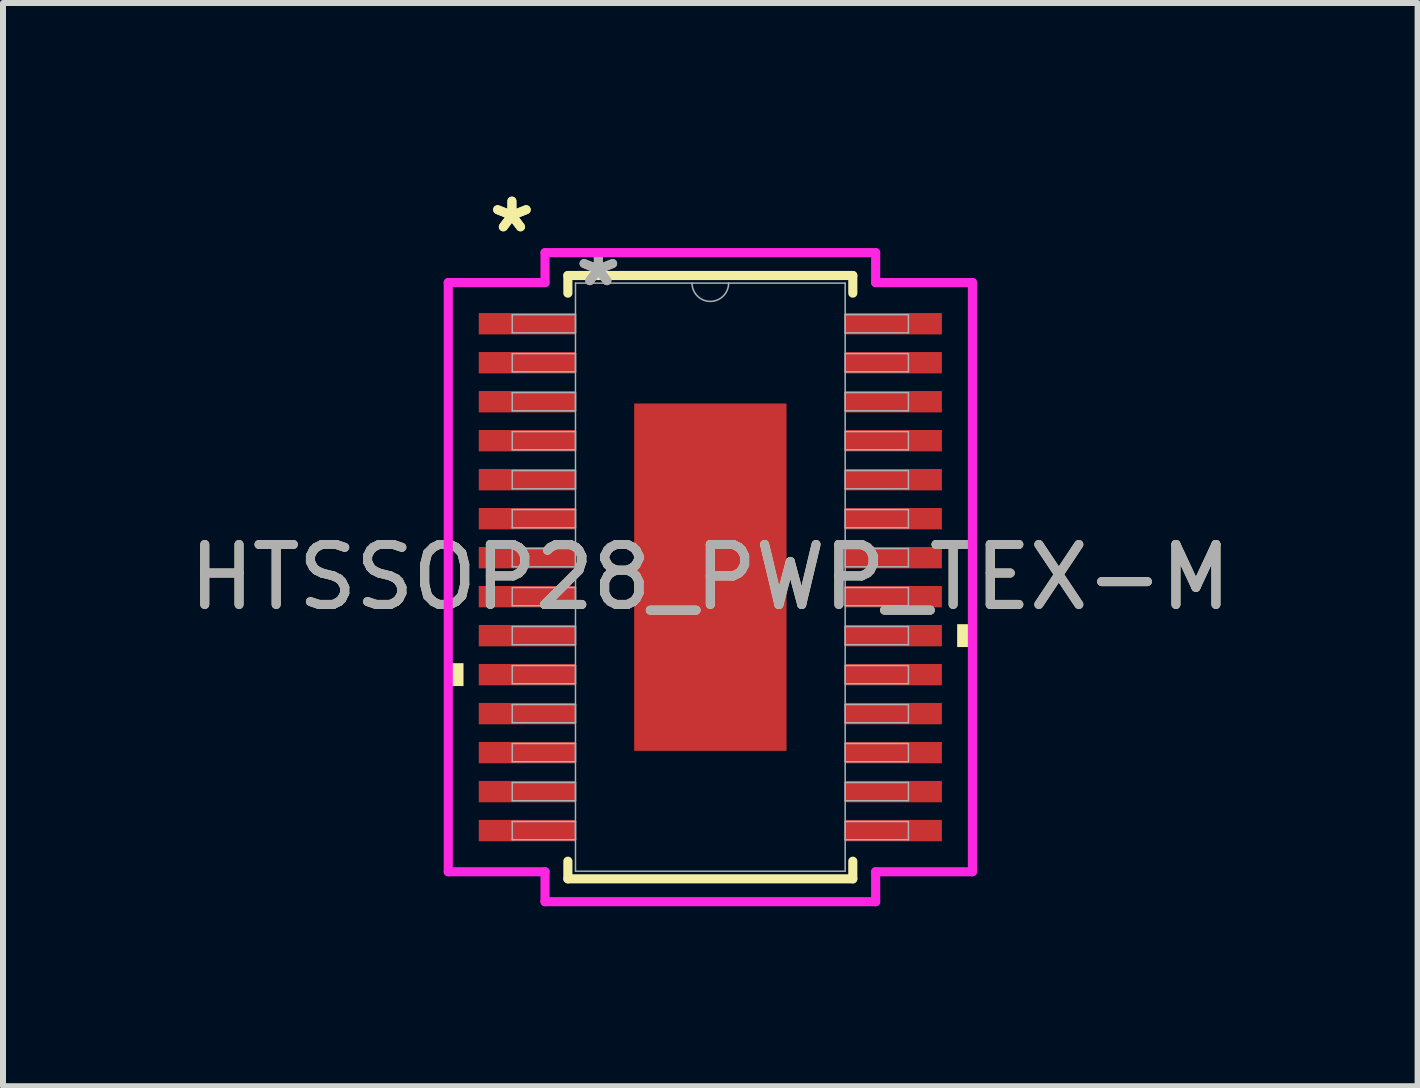
<source format=kicad_pcb>
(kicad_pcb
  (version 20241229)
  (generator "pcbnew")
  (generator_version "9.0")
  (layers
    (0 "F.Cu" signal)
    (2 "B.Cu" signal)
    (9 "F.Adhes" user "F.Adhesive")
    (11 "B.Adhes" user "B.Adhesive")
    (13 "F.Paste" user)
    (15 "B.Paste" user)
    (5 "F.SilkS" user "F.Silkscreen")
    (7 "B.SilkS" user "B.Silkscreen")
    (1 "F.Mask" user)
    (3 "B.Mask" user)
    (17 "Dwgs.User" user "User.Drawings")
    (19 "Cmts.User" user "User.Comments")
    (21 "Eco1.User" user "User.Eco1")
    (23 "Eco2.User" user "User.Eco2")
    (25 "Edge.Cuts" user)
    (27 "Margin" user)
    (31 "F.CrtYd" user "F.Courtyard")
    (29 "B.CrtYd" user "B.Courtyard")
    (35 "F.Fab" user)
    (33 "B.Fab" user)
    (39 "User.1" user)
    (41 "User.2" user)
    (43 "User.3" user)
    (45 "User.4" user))
  (footprint "HTSSOP28_PWP_TEX-M"
    (layer "F.Cu")
    (at 8.792 6.572)
    (property "Reference" "HTSSOP28_PWP_TEX-M" (at 0 0 0) (unlocked yes) (layer "F.SilkS") (effects (font (size 1 1) (thickness 0.15))))
    (attr smd)
    (fp_line (start -2.375 -5.029) (end -2.375 -4.735) (stroke (width 0.152) (type solid)) (layer "F.SilkS"))
    (fp_line (start -2.375 4.735) (end -2.375 5.029) (stroke (width 0.152) (type solid)) (layer "F.SilkS"))
    (fp_line (start -2.375 5.029) (end 2.375 5.029) (stroke (width 0.152) (type solid)) (layer "F.SilkS"))
    (fp_line (start 2.375 -5.029) (end -2.375 -5.029) (stroke (width 0.152) (type solid)) (layer "F.SilkS"))
    (fp_line (start 2.375 -4.735) (end 2.375 -5.029) (stroke (width 0.152) (type solid)) (layer "F.SilkS"))
    (fp_line (start 2.375 5.029) (end 2.375 4.735) (stroke (width 0.152) (type solid)) (layer "F.SilkS"))
    (fp_poly (pts (xy -4.369 1.434) (xy -4.369 1.815) (xy -4.115 1.815) (xy -4.115 1.434)) (stroke (width 0) (type solid)) (fill yes) (layer "F.SilkS"))
    (fp_poly (pts (xy 4.369 0.784) (xy 4.369 1.165) (xy 4.115 1.165) (xy 4.115 0.784)) (stroke (width 0) (type solid)) (fill yes) (layer "F.SilkS"))
    (fp_poly (pts (xy -1.17 -2.796) (xy -1.17 -1.548) (xy -0.1 -1.548) (xy -0.1 -2.796)) (stroke (width 0) (type solid)) (fill yes) (layer "F.Paste"))
    (fp_poly (pts (xy -1.17 -1.348) (xy -1.17 -0.1) (xy -0.1 -0.1) (xy -0.1 -1.348)) (stroke (width 0) (type solid)) (fill yes) (layer "F.Paste"))
    (fp_poly (pts (xy -1.17 0.1) (xy -1.17 1.348) (xy -0.1 1.348) (xy -0.1 0.1)) (stroke (width 0) (type solid)) (fill yes) (layer "F.Paste"))
    (fp_poly (pts (xy -1.17 1.548) (xy -1.17 2.796) (xy -0.1 2.796) (xy -0.1 1.548)) (stroke (width 0) (type solid)) (fill yes) (layer "F.Paste"))
    (fp_poly (pts (xy 0.1 -2.796) (xy 0.1 -1.548) (xy 1.17 -1.548) (xy 1.17 -2.796)) (stroke (width 0) (type solid)) (fill yes) (layer "F.Paste"))
    (fp_poly (pts (xy 0.1 -1.348) (xy 0.1 -0.1) (xy 1.17 -0.1) (xy 1.17 -1.348)) (stroke (width 0) (type solid)) (fill yes) (layer "F.Paste"))
    (fp_poly (pts (xy 0.1 0.1) (xy 0.1 1.348) (xy 1.17 1.348) (xy 1.17 0.1)) (stroke (width 0) (type solid)) (fill yes) (layer "F.Paste"))
    (fp_poly (pts (xy 0.1 1.548) (xy 0.1 2.796) (xy 1.17 2.796) (xy 1.17 1.548)) (stroke (width 0) (type solid)) (fill yes) (layer "F.Paste"))
    (fp_line (start -4.369 -4.911) (end -2.756 -4.911) (stroke (width 0.152) (type solid)) (layer "F.CrtYd"))
    (fp_line (start -4.369 4.911) (end -4.369 -4.911) (stroke (width 0.152) (type solid)) (layer "F.CrtYd"))
    (fp_line (start -4.369 4.911) (end -2.756 4.911) (stroke (width 0.152) (type solid)) (layer "F.CrtYd"))
    (fp_line (start -2.756 -5.41) (end 2.756 -5.41) (stroke (width 0.152) (type solid)) (layer "F.CrtYd"))
    (fp_line (start -2.756 -4.911) (end -2.756 -5.41) (stroke (width 0.152) (type solid)) (layer "F.CrtYd"))
    (fp_line (start -2.756 5.41) (end -2.756 4.911) (stroke (width 0.152) (type solid)) (layer "F.CrtYd"))
    (fp_line (start 2.756 -5.41) (end 2.756 -4.911) (stroke (width 0.152) (type solid)) (layer "F.CrtYd"))
    (fp_line (start 2.756 4.911) (end 2.756 5.41) (stroke (width 0.152) (type solid)) (layer "F.CrtYd"))
    (fp_line (start 2.756 5.41) (end -2.756 5.41) (stroke (width 0.152) (type solid)) (layer "F.CrtYd"))
    (fp_line (start 4.369 -4.911) (end 2.756 -4.911) (stroke (width 0.152) (type solid)) (layer "F.CrtYd"))
    (fp_line (start 4.369 -4.911) (end 4.369 4.911) (stroke (width 0.152) (type solid)) (layer "F.CrtYd"))
    (fp_line (start 4.369 4.911) (end 2.756 4.911) (stroke (width 0.152) (type solid)) (layer "F.CrtYd"))
    (fp_line (start -3.302 -4.377) (end -3.302 -4.073) (stroke (width 0.025) (type solid)) (layer "F.Fab"))
    (fp_line (start -3.302 -4.073) (end -2.248 -4.073) (stroke (width 0.025) (type solid)) (layer "F.Fab"))
    (fp_line (start -3.302 -3.727) (end -3.302 -3.423) (stroke (width 0.025) (type solid)) (layer "F.Fab"))
    (fp_line (start -3.302 -3.423) (end -2.248 -3.423) (stroke (width 0.025) (type solid)) (layer "F.Fab"))
    (fp_line (start -3.302 -3.077) (end -3.302 -2.773) (stroke (width 0.025) (type solid)) (layer "F.Fab"))
    (fp_line (start -3.302 -2.773) (end -2.248 -2.773) (stroke (width 0.025) (type solid)) (layer "F.Fab"))
    (fp_line (start -3.302 -2.427) (end -3.302 -2.123) (stroke (width 0.025) (type solid)) (layer "F.Fab"))
    (fp_line (start -3.302 -2.123) (end -2.248 -2.123) (stroke (width 0.025) (type solid)) (layer "F.Fab"))
    (fp_line (start -3.302 -1.777) (end -3.302 -1.473) (stroke (width 0.025) (type solid)) (layer "F.Fab"))
    (fp_line (start -3.302 -1.473) (end -2.248 -1.473) (stroke (width 0.025) (type solid)) (layer "F.Fab"))
    (fp_line (start -3.302 -1.127) (end -3.302 -0.823) (stroke (width 0.025) (type solid)) (layer "F.Fab"))
    (fp_line (start -3.302 -0.823) (end -2.248 -0.823) (stroke (width 0.025) (type solid)) (layer "F.Fab"))
    (fp_line (start -3.302 -0.477) (end -3.302 -0.173) (stroke (width 0.025) (type solid)) (layer "F.Fab"))
    (fp_line (start -3.302 -0.173) (end -2.248 -0.173) (stroke (width 0.025) (type solid)) (layer "F.Fab"))
    (fp_line (start -3.302 0.173) (end -3.302 0.477) (stroke (width 0.025) (type solid)) (layer "F.Fab"))
    (fp_line (start -3.302 0.477) (end -2.248 0.477) (stroke (width 0.025) (type solid)) (layer "F.Fab"))
    (fp_line (start -3.302 0.823) (end -3.302 1.127) (stroke (width 0.025) (type solid)) (layer "F.Fab"))
    (fp_line (start -3.302 1.127) (end -2.248 1.127) (stroke (width 0.025) (type solid)) (layer "F.Fab"))
    (fp_line (start -3.302 1.473) (end -3.302 1.777) (stroke (width 0.025) (type solid)) (layer "F.Fab"))
    (fp_line (start -3.302 1.777) (end -2.248 1.777) (stroke (width 0.025) (type solid)) (layer "F.Fab"))
    (fp_line (start -3.302 2.123) (end -3.302 2.427) (stroke (width 0.025) (type solid)) (layer "F.Fab"))
    (fp_line (start -3.302 2.427) (end -2.248 2.427) (stroke (width 0.025) (type solid)) (layer "F.Fab"))
    (fp_line (start -3.302 2.773) (end -3.302 3.077) (stroke (width 0.025) (type solid)) (layer "F.Fab"))
    (fp_line (start -3.302 3.077) (end -2.248 3.077) (stroke (width 0.025) (type solid)) (layer "F.Fab"))
    (fp_line (start -3.302 3.423) (end -3.302 3.727) (stroke (width 0.025) (type solid)) (layer "F.Fab"))
    (fp_line (start -3.302 3.727) (end -2.248 3.727) (stroke (width 0.025) (type solid)) (layer "F.Fab"))
    (fp_line (start -3.302 4.073) (end -3.302 4.377) (stroke (width 0.025) (type solid)) (layer "F.Fab"))
    (fp_line (start -3.302 4.377) (end -2.248 4.377) (stroke (width 0.025) (type solid)) (layer "F.Fab"))
    (fp_line (start -2.248 -4.902) (end -2.248 4.902) (stroke (width 0.025) (type solid)) (layer "F.Fab"))
    (fp_line (start -2.248 -4.377) (end -3.302 -4.377) (stroke (width 0.025) (type solid)) (layer "F.Fab"))
    (fp_line (start -2.248 -4.073) (end -2.248 -4.377) (stroke (width 0.025) (type solid)) (layer "F.Fab"))
    (fp_line (start -2.248 -3.727) (end -3.302 -3.727) (stroke (width 0.025) (type solid)) (layer "F.Fab"))
    (fp_line (start -2.248 -3.423) (end -2.248 -3.727) (stroke (width 0.025) (type solid)) (layer "F.Fab"))
    (fp_line (start -2.248 -3.077) (end -3.302 -3.077) (stroke (width 0.025) (type solid)) (layer "F.Fab"))
    (fp_line (start -2.248 -2.773) (end -2.248 -3.077) (stroke (width 0.025) (type solid)) (layer "F.Fab"))
    (fp_line (start -2.248 -2.427) (end -3.302 -2.427) (stroke (width 0.025) (type solid)) (layer "F.Fab"))
    (fp_line (start -2.248 -2.123) (end -2.248 -2.427) (stroke (width 0.025) (type solid)) (layer "F.Fab"))
    (fp_line (start -2.248 -1.777) (end -3.302 -1.777) (stroke (width 0.025) (type solid)) (layer "F.Fab"))
    (fp_line (start -2.248 -1.473) (end -2.248 -1.777) (stroke (width 0.025) (type solid)) (layer "F.Fab"))
    (fp_line (start -2.248 -1.127) (end -3.302 -1.127) (stroke (width 0.025) (type solid)) (layer "F.Fab"))
    (fp_line (start -2.248 -0.823) (end -2.248 -1.127) (stroke (width 0.025) (type solid)) (layer "F.Fab"))
    (fp_line (start -2.248 -0.477) (end -3.302 -0.477) (stroke (width 0.025) (type solid)) (layer "F.Fab"))
    (fp_line (start -2.248 -0.173) (end -2.248 -0.477) (stroke (width 0.025) (type solid)) (layer "F.Fab"))
    (fp_line (start -2.248 0.173) (end -3.302 0.173) (stroke (width 0.025) (type solid)) (layer "F.Fab"))
    (fp_line (start -2.248 0.477) (end -2.248 0.173) (stroke (width 0.025) (type solid)) (layer "F.Fab"))
    (fp_line (start -2.248 0.823) (end -3.302 0.823) (stroke (width 0.025) (type solid)) (layer "F.Fab"))
    (fp_line (start -2.248 1.127) (end -2.248 0.823) (stroke (width 0.025) (type solid)) (layer "F.Fab"))
    (fp_line (start -2.248 1.473) (end -3.302 1.473) (stroke (width 0.025) (type solid)) (layer "F.Fab"))
    (fp_line (start -2.248 1.777) (end -2.248 1.473) (stroke (width 0.025) (type solid)) (layer "F.Fab"))
    (fp_line (start -2.248 2.123) (end -3.302 2.123) (stroke (width 0.025) (type solid)) (layer "F.Fab"))
    (fp_line (start -2.248 2.427) (end -2.248 2.123) (stroke (width 0.025) (type solid)) (layer "F.Fab"))
    (fp_line (start -2.248 2.773) (end -3.302 2.773) (stroke (width 0.025) (type solid)) (layer "F.Fab"))
    (fp_line (start -2.248 3.077) (end -2.248 2.773) (stroke (width 0.025) (type solid)) (layer "F.Fab"))
    (fp_line (start -2.248 3.423) (end -3.302 3.423) (stroke (width 0.025) (type solid)) (layer "F.Fab"))
    (fp_line (start -2.248 3.727) (end -2.248 3.423) (stroke (width 0.025) (type solid)) (layer "F.Fab"))
    (fp_line (start -2.248 4.073) (end -3.302 4.073) (stroke (width 0.025) (type solid)) (layer "F.Fab"))
    (fp_line (start -2.248 4.377) (end -2.248 4.073) (stroke (width 0.025) (type solid)) (layer "F.Fab"))
    (fp_line (start -2.248 4.902) (end 2.248 4.902) (stroke (width 0.025) (type solid)) (layer "F.Fab"))
    (fp_line (start 2.248 -4.902) (end -2.248 -4.902) (stroke (width 0.025) (type solid)) (layer "F.Fab"))
    (fp_line (start 2.248 -4.377) (end 2.248 -4.073) (stroke (width 0.025) (type solid)) (layer "F.Fab"))
    (fp_line (start 2.248 -4.073) (end 3.302 -4.073) (stroke (width 0.025) (type solid)) (layer "F.Fab"))
    (fp_line (start 2.248 -3.727) (end 2.248 -3.423) (stroke (width 0.025) (type solid)) (layer "F.Fab"))
    (fp_line (start 2.248 -3.423) (end 3.302 -3.423) (stroke (width 0.025) (type solid)) (layer "F.Fab"))
    (fp_line (start 2.248 -3.077) (end 2.248 -2.773) (stroke (width 0.025) (type solid)) (layer "F.Fab"))
    (fp_line (start 2.248 -2.773) (end 3.302 -2.773) (stroke (width 0.025) (type solid)) (layer "F.Fab"))
    (fp_line (start 2.248 -2.427) (end 2.248 -2.123) (stroke (width 0.025) (type solid)) (layer "F.Fab"))
    (fp_line (start 2.248 -2.123) (end 3.302 -2.123) (stroke (width 0.025) (type solid)) (layer "F.Fab"))
    (fp_line (start 2.248 -1.777) (end 2.248 -1.473) (stroke (width 0.025) (type solid)) (layer "F.Fab"))
    (fp_line (start 2.248 -1.473) (end 3.302 -1.473) (stroke (width 0.025) (type solid)) (layer "F.Fab"))
    (fp_line (start 2.248 -1.127) (end 2.248 -0.823) (stroke (width 0.025) (type solid)) (layer "F.Fab"))
    (fp_line (start 2.248 -0.823) (end 3.302 -0.823) (stroke (width 0.025) (type solid)) (layer "F.Fab"))
    (fp_line (start 2.248 -0.477) (end 2.248 -0.173) (stroke (width 0.025) (type solid)) (layer "F.Fab"))
    (fp_line (start 2.248 -0.173) (end 3.302 -0.173) (stroke (width 0.025) (type solid)) (layer "F.Fab"))
    (fp_line (start 2.248 0.173) (end 2.248 0.477) (stroke (width 0.025) (type solid)) (layer "F.Fab"))
    (fp_line (start 2.248 0.477) (end 3.302 0.477) (stroke (width 0.025) (type solid)) (layer "F.Fab"))
    (fp_line (start 2.248 0.823) (end 2.248 1.127) (stroke (width 0.025) (type solid)) (layer "F.Fab"))
    (fp_line (start 2.248 1.127) (end 3.302 1.127) (stroke (width 0.025) (type solid)) (layer "F.Fab"))
    (fp_line (start 2.248 1.473) (end 2.248 1.777) (stroke (width 0.025) (type solid)) (layer "F.Fab"))
    (fp_line (start 2.248 1.777) (end 3.302 1.777) (stroke (width 0.025) (type solid)) (layer "F.Fab"))
    (fp_line (start 2.248 2.123) (end 2.248 2.427) (stroke (width 0.025) (type solid)) (layer "F.Fab"))
    (fp_line (start 2.248 2.427) (end 3.302 2.427) (stroke (width 0.025) (type solid)) (layer "F.Fab"))
    (fp_line (start 2.248 2.773) (end 2.248 3.077) (stroke (width 0.025) (type solid)) (layer "F.Fab"))
    (fp_line (start 2.248 3.077) (end 3.302 3.077) (stroke (width 0.025) (type solid)) (layer "F.Fab"))
    (fp_line (start 2.248 3.423) (end 2.248 3.727) (stroke (width 0.025) (type solid)) (layer "F.Fab"))
    (fp_line (start 2.248 3.727) (end 3.302 3.727) (stroke (width 0.025) (type solid)) (layer "F.Fab"))
    (fp_line (start 2.248 4.073) (end 2.248 4.377) (stroke (width 0.025) (type solid)) (layer "F.Fab"))
    (fp_line (start 2.248 4.377) (end 3.302 4.377) (stroke (width 0.025) (type solid)) (layer "F.Fab"))
    (fp_line (start 2.248 4.902) (end 2.248 -4.902) (stroke (width 0.025) (type solid)) (layer "F.Fab"))
    (fp_line (start 3.302 -4.377) (end 2.248 -4.377) (stroke (width 0.025) (type solid)) (layer "F.Fab"))
    (fp_line (start 3.302 -4.073) (end 3.302 -4.377) (stroke (width 0.025) (type solid)) (layer "F.Fab"))
    (fp_line (start 3.302 -3.727) (end 2.248 -3.727) (stroke (width 0.025) (type solid)) (layer "F.Fab"))
    (fp_line (start 3.302 -3.423) (end 3.302 -3.727) (stroke (width 0.025) (type solid)) (layer "F.Fab"))
    (fp_line (start 3.302 -3.077) (end 2.248 -3.077) (stroke (width 0.025) (type solid)) (layer "F.Fab"))
    (fp_line (start 3.302 -2.773) (end 3.302 -3.077) (stroke (width 0.025) (type solid)) (layer "F.Fab"))
    (fp_line (start 3.302 -2.427) (end 2.248 -2.427) (stroke (width 0.025) (type solid)) (layer "F.Fab"))
    (fp_line (start 3.302 -2.123) (end 3.302 -2.427) (stroke (width 0.025) (type solid)) (layer "F.Fab"))
    (fp_line (start 3.302 -1.777) (end 2.248 -1.777) (stroke (width 0.025) (type solid)) (layer "F.Fab"))
    (fp_line (start 3.302 -1.473) (end 3.302 -1.777) (stroke (width 0.025) (type solid)) (layer "F.Fab"))
    (fp_line (start 3.302 -1.127) (end 2.248 -1.127) (stroke (width 0.025) (type solid)) (layer "F.Fab"))
    (fp_line (start 3.302 -0.823) (end 3.302 -1.127) (stroke (width 0.025) (type solid)) (layer "F.Fab"))
    (fp_line (start 3.302 -0.477) (end 2.248 -0.477) (stroke (width 0.025) (type solid)) (layer "F.Fab"))
    (fp_line (start 3.302 -0.173) (end 3.302 -0.477) (stroke (width 0.025) (type solid)) (layer "F.Fab"))
    (fp_line (start 3.302 0.173) (end 2.248 0.173) (stroke (width 0.025) (type solid)) (layer "F.Fab"))
    (fp_line (start 3.302 0.477) (end 3.302 0.173) (stroke (width 0.025) (type solid)) (layer "F.Fab"))
    (fp_line (start 3.302 0.823) (end 2.248 0.823) (stroke (width 0.025) (type solid)) (layer "F.Fab"))
    (fp_line (start 3.302 1.127) (end 3.302 0.823) (stroke (width 0.025) (type solid)) (layer "F.Fab"))
    (fp_line (start 3.302 1.473) (end 2.248 1.473) (stroke (width 0.025) (type solid)) (layer "F.Fab"))
    (fp_line (start 3.302 1.777) (end 3.302 1.473) (stroke (width 0.025) (type solid)) (layer "F.Fab"))
    (fp_line (start 3.302 2.123) (end 2.248 2.123) (stroke (width 0.025) (type solid)) (layer "F.Fab"))
    (fp_line (start 3.302 2.427) (end 3.302 2.123) (stroke (width 0.025) (type solid)) (layer "F.Fab"))
    (fp_line (start 3.302 2.773) (end 2.248 2.773) (stroke (width 0.025) (type solid)) (layer "F.Fab"))
    (fp_line (start 3.302 3.077) (end 3.302 2.773) (stroke (width 0.025) (type solid)) (layer "F.Fab"))
    (fp_line (start 3.302 3.423) (end 2.248 3.423) (stroke (width 0.025) (type solid)) (layer "F.Fab"))
    (fp_line (start 3.302 3.727) (end 3.302 3.423) (stroke (width 0.025) (type solid)) (layer "F.Fab"))
    (fp_line (start 3.302 4.073) (end 2.248 4.073) (stroke (width 0.025) (type solid)) (layer "F.Fab"))
    (fp_line (start 3.302 4.377) (end 3.302 4.073) (stroke (width 0.025) (type solid)) (layer "F.Fab"))
    (fp_arc (start 0.3048 -4.9022) (mid 0 -4.5974) (end -0.3048 -4.9022) (stroke (width 0.0254) (type solid)) (layer "F.Fab"))
    (fp_text user "*" (at -3.308 -5.724 0) (unlocked yes) (layer "F.SilkS") (effects (font (size 1 1) (thickness 0.15))))
    (fp_text user "*" (at -3.308 -5.724 0) (layer "F.SilkS") (effects (font (size 1 1) (thickness 0.15))))
    (fp_text user "*" (at -1.867 -4.826 0) (unlocked yes) (layer "F.Fab") (effects (font (size 1 1) (thickness 0.15))))
    (fp_text user "${REFERENCE}" (at 0 0 0) (unlocked yes) (layer "F.Fab") (effects (font (size 1 1) (thickness 0.15))))
    (fp_text user "*" (at -1.867 -4.826 0) (layer "F.Fab") (effects (font (size 1 1) (thickness 0.15))))
    (pad "1" smd rect (at -3.054 -4.225) (size 1.613 0.356) (layers "F.Cu" "F.Mask" "F.Paste"))
    (pad "2" smd rect (at -3.054 -3.575) (size 1.613 0.356) (layers "F.Cu" "F.Mask" "F.Paste"))
    (pad "3" smd rect (at -3.054 -2.925) (size 1.613 0.356) (layers "F.Cu" "F.Mask" "F.Paste"))
    (pad "4" smd rect (at -3.054 -2.275) (size 1.613 0.356) (layers "F.Cu" "F.Mask" "F.Paste"))
    (pad "5" smd rect (at -3.054 -1.625) (size 1.613 0.356) (layers "F.Cu" "F.Mask" "F.Paste"))
    (pad "6" smd rect (at -3.054 -0.975) (size 1.613 0.356) (layers "F.Cu" "F.Mask" "F.Paste"))
    (pad "7" smd rect (at -3.054 -0.325) (size 1.613 0.356) (layers "F.Cu" "F.Mask" "F.Paste"))
    (pad "8" smd rect (at -3.054 0.325) (size 1.613 0.356) (layers "F.Cu" "F.Mask" "F.Paste"))
    (pad "9" smd rect (at -3.054 0.975) (size 1.613 0.356) (layers "F.Cu" "F.Mask" "F.Paste"))
    (pad "10" smd rect (at -3.054 1.625) (size 1.613 0.356) (layers "F.Cu" "F.Mask" "F.Paste"))
    (pad "11" smd rect (at -3.054 2.275) (size 1.613 0.356) (layers "F.Cu" "F.Mask" "F.Paste"))
    (pad "12" smd rect (at -3.054 2.925) (size 1.613 0.356) (layers "F.Cu" "F.Mask" "F.Paste"))
    (pad "13" smd rect (at -3.054 3.575) (size 1.613 0.356) (layers "F.Cu" "F.Mask" "F.Paste"))
    (pad "14" smd rect (at -3.054 4.225) (size 1.613 0.356) (layers "F.Cu" "F.Mask" "F.Paste"))
    (pad "15" smd rect (at 3.054 4.225) (size 1.613 0.356) (layers "F.Cu" "F.Mask" "F.Paste"))
    (pad "16" smd rect (at 3.054 3.575) (size 1.613 0.356) (layers "F.Cu" "F.Mask" "F.Paste"))
    (pad "17" smd rect (at 3.054 2.925) (size 1.613 0.356) (layers "F.Cu" "F.Mask" "F.Paste"))
    (pad "18" smd rect (at 3.054 2.275) (size 1.613 0.356) (layers "F.Cu" "F.Mask" "F.Paste"))
    (pad "19" smd rect (at 3.054 1.625) (size 1.613 0.356) (layers "F.Cu" "F.Mask" "F.Paste"))
    (pad "20" smd rect (at 3.054 0.975) (size 1.613 0.356) (layers "F.Cu" "F.Mask" "F.Paste"))
    (pad "21" smd rect (at 3.054 0.325) (size 1.613 0.356) (layers "F.Cu" "F.Mask" "F.Paste"))
    (pad "22" smd rect (at 3.054 -0.325) (size 1.613 0.356) (layers "F.Cu" "F.Mask" "F.Paste"))
    (pad "23" smd rect (at 3.054 -0.975) (size 1.613 0.356) (layers "F.Cu" "F.Mask" "F.Paste"))
    (pad "24" smd rect (at 3.054 -1.625) (size 1.613 0.356) (layers "F.Cu" "F.Mask" "F.Paste"))
    (pad "25" smd rect (at 3.054 -2.275) (size 1.613 0.356) (layers "F.Cu" "F.Mask" "F.Paste"))
    (pad "26" smd rect (at 3.054 -2.925) (size 1.613 0.356) (layers "F.Cu" "F.Mask" "F.Paste"))
    (pad "27" smd rect (at 3.054 -3.575) (size 1.613 0.356) (layers "F.Cu" "F.Mask" "F.Paste"))
    (pad "28" smd rect (at 3.054 -4.225) (size 1.613 0.356) (layers "F.Cu" "F.Mask" "F.Paste"))
    (pad "EPAD" smd rect (at 0 0) (size 2.54 5.791) (layers "F.Cu" "F.Mask" "F.Paste")))
  (gr_rect
    (start -3 -3)
    (end 20.583 15.058)
    (stroke (width 0.1) (type default))
    (fill no)
    (layer "Edge.Cuts")))
</source>
